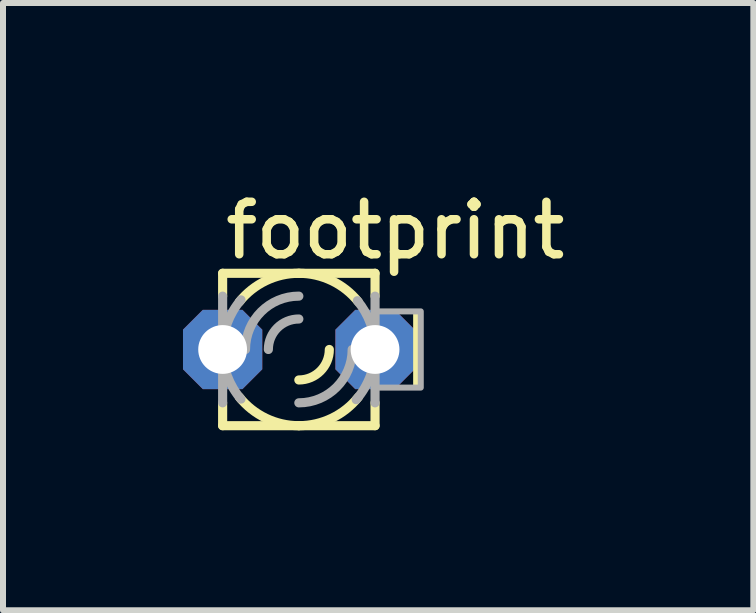
<source format=kicad_pcb>
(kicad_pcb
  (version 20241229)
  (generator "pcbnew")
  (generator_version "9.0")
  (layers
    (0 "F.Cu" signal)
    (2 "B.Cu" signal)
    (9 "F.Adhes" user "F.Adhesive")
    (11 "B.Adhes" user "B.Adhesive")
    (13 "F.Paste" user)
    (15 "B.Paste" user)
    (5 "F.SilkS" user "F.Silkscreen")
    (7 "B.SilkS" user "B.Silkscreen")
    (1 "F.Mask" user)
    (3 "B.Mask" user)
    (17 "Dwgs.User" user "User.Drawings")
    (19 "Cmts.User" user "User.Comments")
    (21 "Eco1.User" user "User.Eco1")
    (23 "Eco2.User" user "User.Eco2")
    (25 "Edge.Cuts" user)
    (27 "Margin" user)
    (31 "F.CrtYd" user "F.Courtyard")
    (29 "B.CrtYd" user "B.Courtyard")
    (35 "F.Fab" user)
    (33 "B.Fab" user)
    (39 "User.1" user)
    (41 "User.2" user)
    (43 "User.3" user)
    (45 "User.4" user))
  (footprint "footprint"
    (layer "F.Cu")
    (at 1.93 2.774)
    (property "Reference" "footprint" (at -1.295 -1.473 0) (layer "F.SilkS") (effects (font (size 0.874 0.874) (thickness 0.142)) (justify left bottom)))
    (fp_line (start -1.27 -1.27) (end -1.27 -0.889) (stroke (width 0.152) (type solid)) (layer "F.SilkS"))
    (fp_line (start -1.27 1.27) (end -1.27 0.889) (stroke (width 0.152) (type solid)) (layer "F.SilkS"))
    (fp_line (start -1.27 1.27) (end 1.27 1.27) (stroke (width 0.152) (type solid)) (layer "F.SilkS"))
    (fp_line (start 1.27 -1.27) (end -1.27 -1.27) (stroke (width 0.152) (type solid)) (layer "F.SilkS"))
    (fp_line (start 1.27 -1.27) (end 1.27 -0.889) (stroke (width 0.152) (type solid)) (layer "F.SilkS"))
    (fp_line (start 1.27 1.27) (end 1.27 0.889) (stroke (width 0.152) (type solid)) (layer "F.SilkS"))
    (fp_arc (start -0.9917 -0.7934) (mid -0.550143 -1.144671) (end 0 -1.27) (stroke (width 0.1524) (type solid)) (layer "F.SilkS"))
    (fp_arc (start 0 -1.27) (mid 0.550143 -1.144671) (end 0.9917 -0.7934) (stroke (width 0.1524) (type solid)) (layer "F.SilkS"))
    (fp_arc (start 0 1.27) (mid -0.550143 1.144671) (end -0.9917 0.7934) (stroke (width 0.1524) (type solid)) (layer "F.SilkS"))
    (fp_arc (start 0.508 0) (mid 0.35921 0.35921) (end 0 0.508) (stroke (width 0.1524) (type solid)) (layer "F.SilkS"))
    (fp_arc (start 0.9917 0.7934) (mid 0.550143 1.144671) (end 0 1.27) (stroke (width 0.1524) (type solid)) (layer "F.SilkS"))
    (fp_poly (pts (xy 1.905 0.635) (xy 2.032 0.635) (xy 2.032 -0.635) (xy 1.905 -0.635)) (stroke (width 0) (type solid)) (fill yes) (layer "F.SilkS"))
    (fp_line (start -1.27 0.889) (end -1.27 -0.889) (stroke (width 0.152) (type solid)) (layer "F.Fab"))
    (fp_line (start 1.27 -0.889) (end 1.27 0.889) (stroke (width 0.152) (type solid)) (layer "F.Fab"))
    (fp_arc (start -1.27 0) (mid -1.191134 -0.440615) (end -0.9643 -0.8265) (stroke (width 0.1524) (type solid)) (layer "F.Fab"))
    (fp_arc (start -0.9643 0.8265) (mid -1.191134 0.440615) (end -1.27 0) (stroke (width 0.1524) (type solid)) (layer "F.Fab"))
    (fp_arc (start -0.889 0) (mid -0.628618 -0.628618) (end 0 -0.889) (stroke (width 0.1524) (type solid)) (layer "F.Fab"))
    (fp_arc (start -0.508 0) (mid -0.35921 -0.35921) (end 0 -0.508) (stroke (width 0.1524) (type solid)) (layer "F.Fab"))
    (fp_arc (start 0.889 0) (mid 0.628618 0.628618) (end 0 0.889) (stroke (width 0.1524) (type solid)) (layer "F.Fab"))
    (fp_arc (start 0.9756 -0.813) (mid 1.194073 -0.432318) (end 1.269901 0) (stroke (width 0.1524) (type solid)) (layer "F.Fab"))
    (fp_arc (start 1.27 0) (mid 1.188863 0.446689) (end 0.9558 0.8363) (stroke (width 0.1524) (type solid)) (layer "F.Fab"))
    (fp_poly (pts (xy 1.27 0.635) (xy 2.032 0.635) (xy 2.032 -0.635) (xy 1.27 -0.635)) (stroke (width 0.1) (type solid)) (fill no) (layer "F.Fab"))
    (pad "A" thru_hole roundrect (at -1.27 0) (size 1.321 1.321) (drill 0.813) (layers "*.Cu" "*.Mask") (roundrect_rratio 0.25) (chamfer_ratio 0.25) (chamfer top_left top_right bottom_left bottom_right))
    (pad "K" thru_hole roundrect (at 1.27 0) (size 1.321 1.321) (drill 0.813) (layers "*.Cu" "*.Mask") (roundrect_rratio 0.25) (chamfer_ratio 0.25) (chamfer top_left top_right bottom_left bottom_right)))
  (gr_rect
    (start -3 -3)
    (end 9.504 7.12)
    (stroke (width 0.1) (type default))
    (fill no)
    (layer "Edge.Cuts")))
</source>
